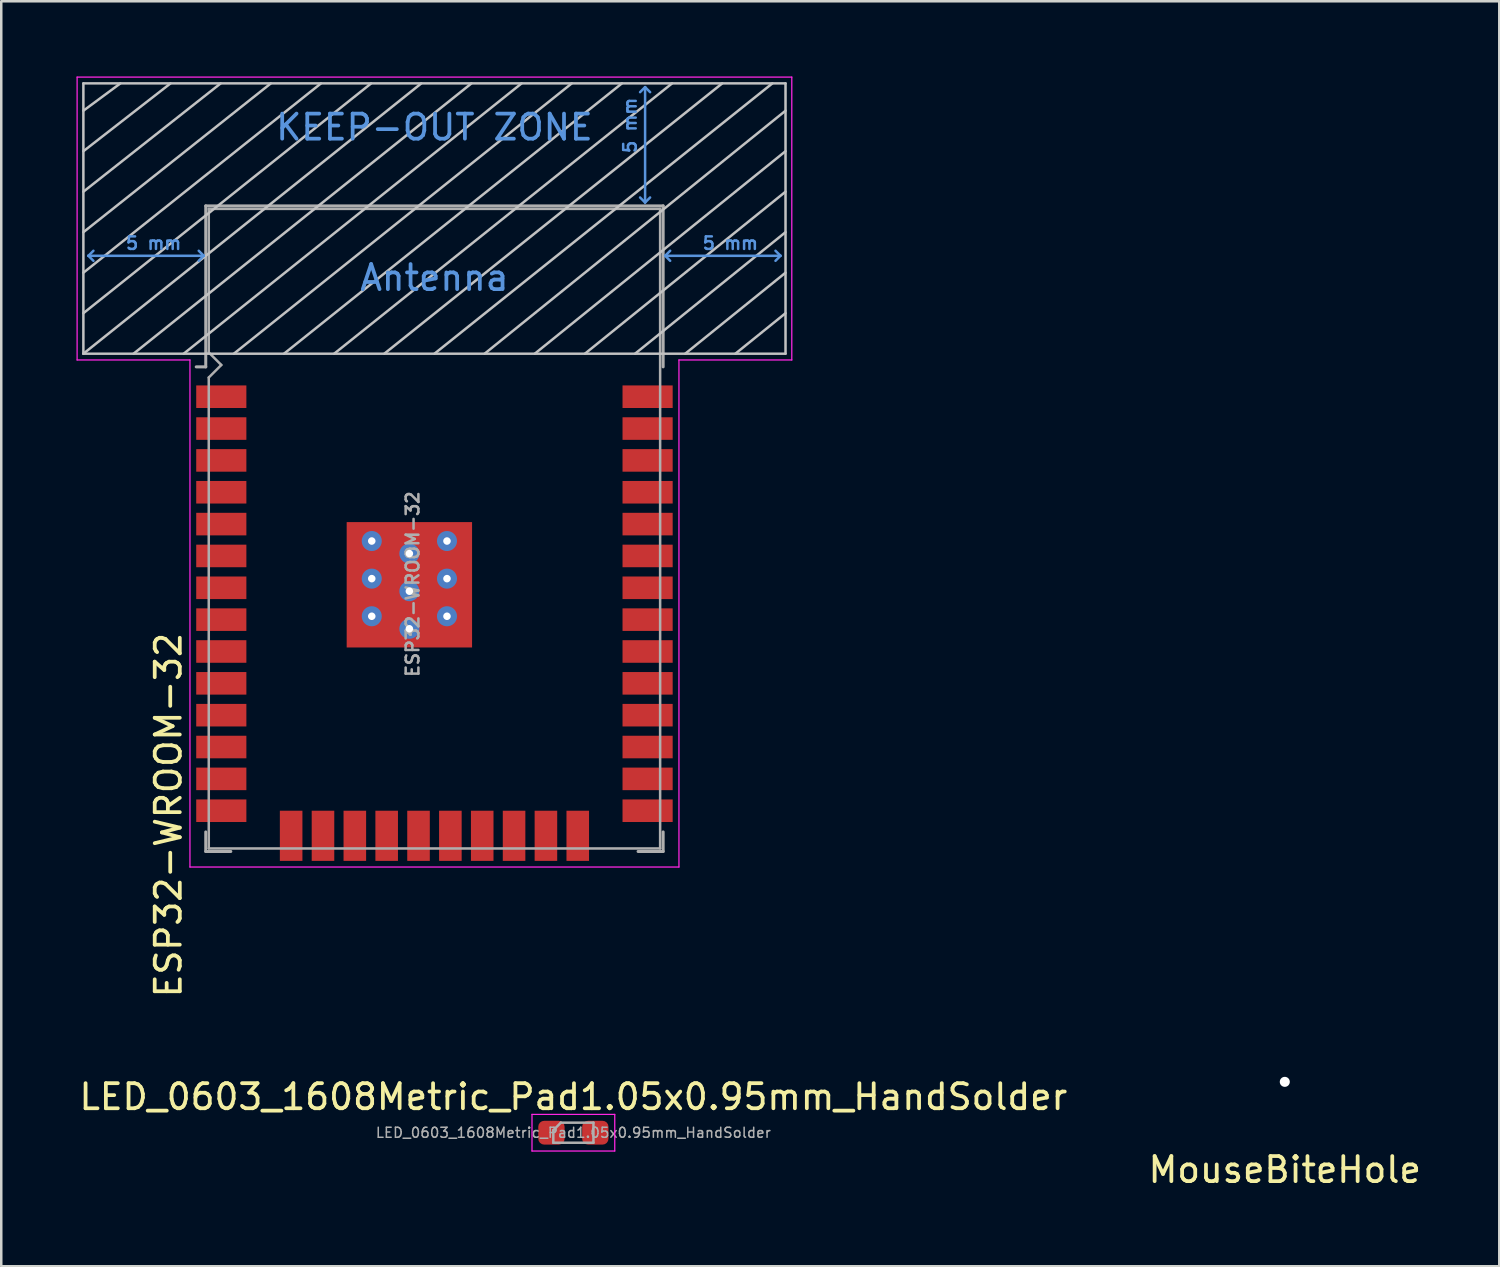
<source format=kicad_pcb>
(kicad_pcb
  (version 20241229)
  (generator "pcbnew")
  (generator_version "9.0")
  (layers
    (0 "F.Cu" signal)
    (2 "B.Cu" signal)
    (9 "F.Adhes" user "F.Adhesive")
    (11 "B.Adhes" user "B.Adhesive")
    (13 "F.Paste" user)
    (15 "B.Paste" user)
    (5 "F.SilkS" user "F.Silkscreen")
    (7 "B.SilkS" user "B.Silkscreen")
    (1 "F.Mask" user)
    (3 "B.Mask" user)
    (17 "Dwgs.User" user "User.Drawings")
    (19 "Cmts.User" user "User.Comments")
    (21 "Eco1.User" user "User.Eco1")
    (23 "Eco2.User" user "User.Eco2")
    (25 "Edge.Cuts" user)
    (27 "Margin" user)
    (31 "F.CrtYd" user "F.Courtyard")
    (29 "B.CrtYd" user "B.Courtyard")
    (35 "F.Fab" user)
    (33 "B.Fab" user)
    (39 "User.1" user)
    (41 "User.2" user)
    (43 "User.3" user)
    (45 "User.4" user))
  (footprint "LED_0603_1608Metric_Pad1.05x0.95mm_HandSolder"
    (layer "F.Cu")
    (at 19.815 42.12)
    (property "Reference" "LED_0603_1608Metric_Pad1.05x0.95mm_HandSolder" (at 0 -1.43 0) (layer "F.SilkS") (effects (font (size 1 1) (thickness 0.15))))
    (attr smd)
    (fp_line (start -1.65 -0.73) (end 1.65 -0.73) (stroke (width 0.05) (type solid)) (layer "F.CrtYd"))
    (fp_line (start -1.65 0.73) (end -1.65 -0.73) (stroke (width 0.05) (type solid)) (layer "F.CrtYd"))
    (fp_line (start 1.65 -0.73) (end 1.65 0.73) (stroke (width 0.05) (type solid)) (layer "F.CrtYd"))
    (fp_line (start 1.65 0.73) (end -1.65 0.73) (stroke (width 0.05) (type solid)) (layer "F.CrtYd"))
    (fp_line (start -0.8 -0.1) (end -0.8 0.4) (stroke (width 0.1) (type solid)) (layer "F.Fab"))
    (fp_line (start -0.8 0.4) (end 0.8 0.4) (stroke (width 0.1) (type solid)) (layer "F.Fab"))
    (fp_line (start -0.5 -0.4) (end -0.8 -0.1) (stroke (width 0.1) (type solid)) (layer "F.Fab"))
    (fp_line (start 0.8 -0.4) (end -0.5 -0.4) (stroke (width 0.1) (type solid)) (layer "F.Fab"))
    (fp_line (start 0.8 0.4) (end 0.8 -0.4) (stroke (width 0.1) (type solid)) (layer "F.Fab"))
    (fp_text user "${REFERENCE}" (at 0 0 0) (layer "F.Fab") (effects (font (size 0.4 0.4) (thickness 0.06))))
    (pad "1" smd roundrect (at -0.875 0) (size 1.05 0.95) (layers "F.Cu" "F.Mask" "F.Paste") (roundrect_rratio 0.25))
    (pad "2" smd roundrect (at 0.875 0) (size 1.05 0.95) (layers "F.Cu" "F.Mask" "F.Paste") (roundrect_rratio 0.25)))
  (footprint "MouseBiteHole"
    (layer "F.Cu")
    (at 48.185 40.092)
    (property "Reference" "MouseBiteHole" (at 0 3.505 0) (layer "F.SilkS") (effects (font (size 1 1) (thickness 0.15))))
    (attr through_hole)
    (pad "" np_thru_hole circle (at 0 0) (size 0.4 0.4) (drill 0.4) (layers "*.Cu" "*.Mask")))
  (footprint "ESP32-WROOM-32"
    (layer "F.Cu")
    (at 14.275 21.025)
    (property "Reference" "ESP32-WROOM-32" (at -10.61 8.43 270) (layer "F.SilkS") (effects (font (size 1 1) (thickness 0.15))))
    (attr smd)
    (fp_line (start -14 -9.97) (end -14 -20.75) (stroke (width 0.1) (type solid)) (layer "Dwgs.User"))
    (fp_line (start -12.525 -20.75) (end -14 -19.66) (stroke (width 0.1) (type solid)) (layer "Dwgs.User"))
    (fp_line (start -10.525 -20.75) (end -14 -18.045) (stroke (width 0.1) (type solid)) (layer "Dwgs.User"))
    (fp_line (start -8.525 -20.75) (end -14 -16.43) (stroke (width 0.1) (type solid)) (layer "Dwgs.User"))
    (fp_line (start -8 -9.97) (end 5.475 -20.75) (stroke (width 0.1) (type solid)) (layer "Dwgs.User"))
    (fp_line (start -6.525 -20.75) (end -14 -14.815) (stroke (width 0.1) (type solid)) (layer "Dwgs.User"))
    (fp_line (start -4.525 -20.75) (end -14 -13.2) (stroke (width 0.1) (type solid)) (layer "Dwgs.User"))
    (fp_line (start -2.525 -20.75) (end -14 -11.585) (stroke (width 0.1) (type solid)) (layer "Dwgs.User"))
    (fp_line (start -0.525 -20.75) (end -14 -9.97) (stroke (width 0.1) (type solid)) (layer "Dwgs.User"))
    (fp_line (start 1.475 -20.75) (end -12 -9.97) (stroke (width 0.1) (type solid)) (layer "Dwgs.User"))
    (fp_line (start 3.475 -20.75) (end -10 -9.97) (stroke (width 0.1) (type solid)) (layer "Dwgs.User"))
    (fp_line (start 7.475 -20.75) (end -6 -9.97) (stroke (width 0.1) (type solid)) (layer "Dwgs.User"))
    (fp_line (start 9.475 -20.75) (end -4 -9.97) (stroke (width 0.1) (type solid)) (layer "Dwgs.User"))
    (fp_line (start 11.475 -20.75) (end -2 -9.97) (stroke (width 0.1) (type solid)) (layer "Dwgs.User"))
    (fp_line (start 13.475 -20.75) (end 0 -9.97) (stroke (width 0.1) (type solid)) (layer "Dwgs.User"))
    (fp_line (start 14 -20.75) (end -14 -20.75) (stroke (width 0.1) (type solid)) (layer "Dwgs.User"))
    (fp_line (start 14 -19.66) (end 2 -9.97) (stroke (width 0.1) (type solid)) (layer "Dwgs.User"))
    (fp_line (start 14 -18.045) (end 4 -9.97) (stroke (width 0.1) (type solid)) (layer "Dwgs.User"))
    (fp_line (start 14 -16.43) (end 6 -9.97) (stroke (width 0.1) (type solid)) (layer "Dwgs.User"))
    (fp_line (start 14 -14.815) (end 8 -9.97) (stroke (width 0.1) (type solid)) (layer "Dwgs.User"))
    (fp_line (start 14 -13.2) (end 10 -9.97) (stroke (width 0.1) (type solid)) (layer "Dwgs.User"))
    (fp_line (start 14 -11.585) (end 12 -9.97) (stroke (width 0.1) (type solid)) (layer "Dwgs.User"))
    (fp_line (start 14 -9.97) (end -14 -9.97) (stroke (width 0.1) (type solid)) (layer "Dwgs.User"))
    (fp_line (start 14 -9.97) (end 14 -20.75) (stroke (width 0.1) (type solid)) (layer "Dwgs.User"))
    (fp_line (start -13.8 -13.875) (end -13.6 -14.075) (stroke (width 0.1) (type solid)) (layer "Cmts.User"))
    (fp_line (start -13.8 -13.875) (end -13.6 -13.675) (stroke (width 0.1) (type solid)) (layer "Cmts.User"))
    (fp_line (start -13.8 -13.875) (end -9.2 -13.875) (stroke (width 0.1) (type solid)) (layer "Cmts.User"))
    (fp_line (start -9.2 -13.875) (end -9.4 -14.075) (stroke (width 0.1) (type solid)) (layer "Cmts.User"))
    (fp_line (start -9.2 -13.875) (end -9.4 -13.675) (stroke (width 0.1) (type solid)) (layer "Cmts.User"))
    (fp_line (start 8.4 -20.6) (end 8.2 -20.4) (stroke (width 0.1) (type solid)) (layer "Cmts.User"))
    (fp_line (start 8.4 -20.6) (end 8.6 -20.4) (stroke (width 0.1) (type solid)) (layer "Cmts.User"))
    (fp_line (start 8.4 -16) (end 8.2 -16.2) (stroke (width 0.1) (type solid)) (layer "Cmts.User"))
    (fp_line (start 8.4 -16) (end 8.4 -20.6) (stroke (width 0.1) (type solid)) (layer "Cmts.User"))
    (fp_line (start 8.4 -16) (end 8.6 -16.2) (stroke (width 0.1) (type solid)) (layer "Cmts.User"))
    (fp_line (start 9.2 -13.875) (end 9.4 -14.075) (stroke (width 0.1) (type solid)) (layer "Cmts.User"))
    (fp_line (start 9.2 -13.875) (end 9.4 -13.675) (stroke (width 0.1) (type solid)) (layer "Cmts.User"))
    (fp_line (start 9.2 -13.875) (end 13.8 -13.875) (stroke (width 0.1) (type solid)) (layer "Cmts.User"))
    (fp_line (start 13.8 -13.875) (end 13.6 -14.075) (stroke (width 0.1) (type solid)) (layer "Cmts.User"))
    (fp_line (start 13.8 -13.875) (end 13.6 -13.675) (stroke (width 0.1) (type solid)) (layer "Cmts.User"))
    (fp_line (start -14.25 -21) (end -14.25 -9.72) (stroke (width 0.05) (type solid)) (layer "F.CrtYd"))
    (fp_line (start -14.25 -21) (end 14.25 -21) (stroke (width 0.05) (type solid)) (layer "F.CrtYd"))
    (fp_line (start -14.25 -9.72) (end -9.75 -9.72) (stroke (width 0.05) (type solid)) (layer "F.CrtYd"))
    (fp_line (start -9.75 10.5) (end -9.75 -9.72) (stroke (width 0.05) (type solid)) (layer "F.CrtYd"))
    (fp_line (start -9.75 10.5) (end 9.75 10.5) (stroke (width 0.05) (type solid)) (layer "F.CrtYd"))
    (fp_line (start 9.75 -9.72) (end 9.75 10.5) (stroke (width 0.05) (type solid)) (layer "F.CrtYd"))
    (fp_line (start 9.75 -9.72) (end 14.25 -9.72) (stroke (width 0.05) (type solid)) (layer "F.CrtYd"))
    (fp_line (start 14.25 -21) (end 14.25 -9.72) (stroke (width 0.05) (type solid)) (layer "F.CrtYd"))
    (fp_line (start -9.12 -15.865) (end -9.12 -9.445) (stroke (width 0.12) (type solid)) (layer "F.Fab"))
    (fp_line (start -9.12 -15.865) (end 9.12 -15.865) (stroke (width 0.12) (type solid)) (layer "F.Fab"))
    (fp_line (start -9.12 -9.445) (end -9.5 -9.445) (stroke (width 0.12) (type solid)) (layer "F.Fab"))
    (fp_line (start -9.12 9.1) (end -9.12 9.88) (stroke (width 0.12) (type solid)) (layer "F.Fab"))
    (fp_line (start -9.12 9.88) (end -8.12 9.88) (stroke (width 0.12) (type solid)) (layer "F.Fab"))
    (fp_line (start -9 -15.745) (end -9 -10.02) (stroke (width 0.1) (type solid)) (layer "F.Fab"))
    (fp_line (start -9 -15.745) (end 9 -15.745) (stroke (width 0.1) (type solid)) (layer "F.Fab"))
    (fp_line (start -9 -9.02) (end -9 9.76) (stroke (width 0.1) (type solid)) (layer "F.Fab"))
    (fp_line (start -9 -9.02) (end -8.5 -9.52) (stroke (width 0.1) (type solid)) (layer "F.Fab"))
    (fp_line (start -9 9.76) (end 9 9.76) (stroke (width 0.1) (type solid)) (layer "F.Fab"))
    (fp_line (start -8.5 -9.52) (end -9 -10.02) (stroke (width 0.1) (type solid)) (layer "F.Fab"))
    (fp_line (start 9 9.76) (end 9 -15.745) (stroke (width 0.1) (type solid)) (layer "F.Fab"))
    (fp_line (start 9.12 -15.865) (end 9.12 -9.445) (stroke (width 0.12) (type solid)) (layer "F.Fab"))
    (fp_line (start 9.12 9.1) (end 9.12 9.88) (stroke (width 0.12) (type solid)) (layer "F.Fab"))
    (fp_line (start 9.12 9.88) (end 8.12 9.88) (stroke (width 0.12) (type solid)) (layer "F.Fab"))
    (fp_text user "5 mm" (at 11.8 -14.375 0) (layer "Cmts.User") (effects (font (size 0.5 0.5) (thickness 0.1))))
    (fp_text user "KEEP-OUT ZONE" (at 0 -19 0) (layer "Cmts.User") (effects (font (size 1 1) (thickness 0.15))))
    (fp_text user "5 mm" (at 7.8 -19.075 270) (layer "Cmts.User") (effects (font (size 0.5 0.5) (thickness 0.1))))
    (fp_text user "Antenna" (at 0 -13 0) (layer "Cmts.User") (effects (font (size 1 1) (thickness 0.15))))
    (fp_text user "5 mm" (at -11.2 -14.375 0) (layer "Cmts.User") (effects (font (size 0.5 0.5) (thickness 0.1))))
    (fp_text user "${REFERENCE}" (at -0.87 -0.781 270) (layer "F.Fab") (effects (font (size 0.508 0.508) (thickness 0.102))))
    (pad "1" smd rect (at -8.5 -8.255) (size 2 0.9) (layers "F.Cu" "F.Mask" "F.Paste"))
    (pad "2" smd rect (at -8.5 -6.985) (size 2 0.9) (layers "F.Cu" "F.Mask" "F.Paste"))
    (pad "3" smd rect (at -8.5 -5.715) (size 2 0.9) (layers "F.Cu" "F.Mask" "F.Paste"))
    (pad "4" smd rect (at -8.5 -4.445) (size 2 0.9) (layers "F.Cu" "F.Mask" "F.Paste"))
    (pad "5" smd rect (at -8.5 -3.175) (size 2 0.9) (layers "F.Cu" "F.Mask" "F.Paste"))
    (pad "6" smd rect (at -8.5 -1.905) (size 2 0.9) (layers "F.Cu" "F.Mask" "F.Paste"))
    (pad "7" smd rect (at -8.5 -0.635) (size 2 0.9) (layers "F.Cu" "F.Mask" "F.Paste"))
    (pad "8" smd rect (at -8.5 0.635) (size 2 0.9) (layers "F.Cu" "F.Mask" "F.Paste"))
    (pad "9" smd rect (at -8.5 1.905) (size 2 0.9) (layers "F.Cu" "F.Mask" "F.Paste"))
    (pad "10" smd rect (at -8.5 3.175) (size 2 0.9) (layers "F.Cu" "F.Mask" "F.Paste"))
    (pad "11" smd rect (at -8.5 4.445) (size 2 0.9) (layers "F.Cu" "F.Mask" "F.Paste"))
    (pad "12" smd rect (at -8.5 5.715) (size 2 0.9) (layers "F.Cu" "F.Mask" "F.Paste"))
    (pad "13" smd rect (at -8.5 6.985) (size 2 0.9) (layers "F.Cu" "F.Mask" "F.Paste"))
    (pad "14" smd rect (at -8.5 8.255) (size 2 0.9) (layers "F.Cu" "F.Mask" "F.Paste"))
    (pad "15" smd rect (at -5.715 9.255 90) (size 2 0.9) (layers "F.Cu" "F.Mask" "F.Paste"))
    (pad "16" smd rect (at -4.445 9.255 90) (size 2 0.9) (layers "F.Cu" "F.Mask" "F.Paste"))
    (pad "17" smd rect (at -3.175 9.255 90) (size 2 0.9) (layers "F.Cu" "F.Mask" "F.Paste"))
    (pad "18" smd rect (at -1.905 9.255 90) (size 2 0.9) (layers "F.Cu" "F.Mask" "F.Paste"))
    (pad "19" smd rect (at -0.635 9.255 90) (size 2 0.9) (layers "F.Cu" "F.Mask" "F.Paste"))
    (pad "20" smd rect (at 0.635 9.255 90) (size 2 0.9) (layers "F.Cu" "F.Mask" "F.Paste"))
    (pad "21" smd rect (at 1.905 9.255 90) (size 2 0.9) (layers "F.Cu" "F.Mask" "F.Paste"))
    (pad "22" smd rect (at 3.175 9.255 90) (size 2 0.9) (layers "F.Cu" "F.Mask" "F.Paste"))
    (pad "23" smd rect (at 4.445 9.255 90) (size 2 0.9) (layers "F.Cu" "F.Mask" "F.Paste"))
    (pad "24" smd rect (at 5.715 9.255 90) (size 2 0.9) (layers "F.Cu" "F.Mask" "F.Paste"))
    (pad "25" smd rect (at 8.5 8.255) (size 2 0.9) (layers "F.Cu" "F.Mask" "F.Paste"))
    (pad "26" smd rect (at 8.5 6.985) (size 2 0.9) (layers "F.Cu" "F.Mask" "F.Paste"))
    (pad "27" smd rect (at 8.5 5.715) (size 2 0.9) (layers "F.Cu" "F.Mask" "F.Paste"))
    (pad "28" smd rect (at 8.5 4.445) (size 2 0.9) (layers "F.Cu" "F.Mask" "F.Paste"))
    (pad "29" smd rect (at 8.5 3.175) (size 2 0.9) (layers "F.Cu" "F.Mask" "F.Paste"))
    (pad "30" smd rect (at 8.5 1.905) (size 2 0.9) (layers "F.Cu" "F.Mask" "F.Paste"))
    (pad "31" smd rect (at 8.5 0.635) (size 2 0.9) (layers "F.Cu" "F.Mask" "F.Paste"))
    (pad "32" smd rect (at 8.5 -0.635) (size 2 0.9) (layers "F.Cu" "F.Mask" "F.Paste"))
    (pad "33" smd rect (at 8.5 -1.905) (size 2 0.9) (layers "F.Cu" "F.Mask" "F.Paste"))
    (pad "34" smd rect (at 8.5 -3.175) (size 2 0.9) (layers "F.Cu" "F.Mask" "F.Paste"))
    (pad "35" smd rect (at 8.5 -4.445) (size 2 0.9) (layers "F.Cu" "F.Mask" "F.Paste"))
    (pad "36" smd rect (at 8.5 -5.715) (size 2 0.9) (layers "F.Cu" "F.Mask" "F.Paste"))
    (pad "37" smd rect (at 8.5 -6.985) (size 2 0.9) (layers "F.Cu" "F.Mask" "F.Paste"))
    (pad "38" smd rect (at 8.5 -8.255) (size 2 0.9) (layers "F.Cu" "F.Mask" "F.Paste"))
    (pad "39" thru_hole circle (at -2.5 -2.5) (size 0.8 0.8) (drill 0.3) (layers "*.Cu"))
    (pad "39" thru_hole circle (at -2.5 -1) (size 0.8 0.8) (drill 0.3) (layers "*.Cu"))
    (pad "39" thru_hole circle (at -2.5 0.5) (size 0.8 0.8) (drill 0.3) (layers "*.Cu"))
    (pad "39" thru_hole circle (at -1 -2) (size 0.8 0.8) (drill 0.3) (layers "*.Cu"))
    (pad "39" smd rect (at -1 -0.755) (size 5 5) (layers "F.Cu" "F.Mask" "F.Paste"))
    (pad "39" thru_hole circle (at -1 -0.5) (size 0.8 0.8) (drill 0.3) (layers "*.Cu"))
    (pad "39" thru_hole circle (at -1 1) (size 0.8 0.8) (drill 0.3) (layers "*.Cu"))
    (pad "39" thru_hole circle (at 0.5 -2.5) (size 0.8 0.8) (drill 0.3) (layers "*.Cu"))
    (pad "39" thru_hole circle (at 0.5 -1) (size 0.8 0.8) (drill 0.3) (layers "*.Cu"))
    (pad "39" thru_hole circle (at 0.5 0.5) (size 0.8 0.8) (drill 0.3) (layers "*.Cu")))
  (gr_rect
    (start -3 -3)
    (end 56.738 47.445)
    (stroke (width 0.1) (type default))
    (fill no)
    (layer "Edge.Cuts")))
</source>
